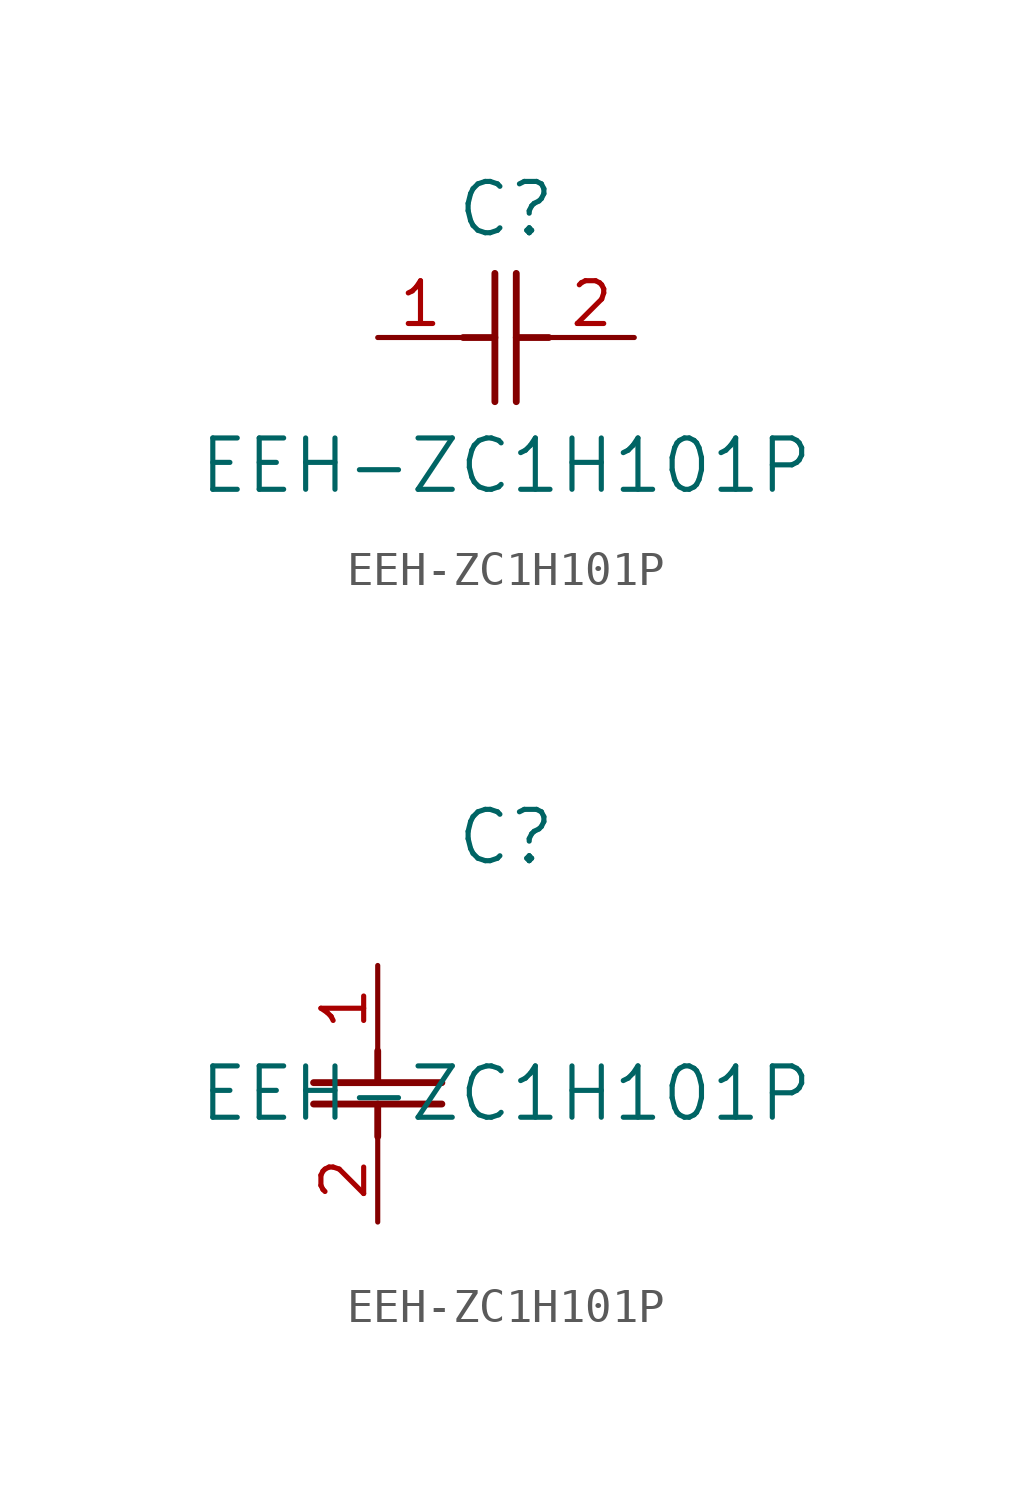
<source format=kicad_sym>
(kicad_symbol_lib
  (version 20211014)
  (generator kicad_symbol_editor)
  (symbol "EEH-ZC1H101P"
    (pin_names
      (offset 0.254))
    (property "Reference" "C"
      (at 3.81 3.81 0)
      (effects (font (size 1.524 1.524))))
    (property "Value" "EEH-ZC1H101P"
      (at 3.81 -3.81 0)
      (effects (font (size 1.524 1.524))))
    (symbol "EEH-ZC1H101P_1_1"
      (polyline (pts (xy 3.48 -1.905) (xy 3.48 1.905)) (stroke (width 0.203) (type default) (color 0 0 0 0)) (fill (type none)))
      (polyline (pts (xy 4.115 -1.905) (xy 4.115 1.905)) (stroke (width 0.203) (type default) (color 0 0 0 0)) (fill (type none)))
      (polyline (pts (xy 4.115 0) (xy 5.08 0)) (stroke (width 0.203) (type default) (color 0 0 0 0)) (fill (type none)))
      (polyline (pts (xy 2.54 0) (xy 3.48 0)) (stroke (width 0.203) (type default) (color 0 0 0 0)) (fill (type none)))
      (pin unspecified line (at 0 0 0) (length 2.54) (name "" (effects (font (size 1.27 1.27)))) (number "1" (effects (font (size 1.27 1.27)))))
      (pin unspecified line (at 7.62 0 180) (length 2.54) (name "" (effects (font (size 1.27 1.27)))) (number "2" (effects (font (size 1.27 1.27))))))
    (symbol "EEH-ZC1H101P_1_2"
      (polyline (pts (xy -1.905 -3.48) (xy 1.905 -3.48)) (stroke (width 0.203) (type default) (color 0 0 0 0)) (fill (type none)))
      (polyline (pts (xy -1.905 -4.115) (xy 1.905 -4.115)) (stroke (width 0.203) (type default) (color 0 0 0 0)) (fill (type none)))
      (polyline (pts (xy 0 -4.115) (xy 0 -5.08)) (stroke (width 0.203) (type default) (color 0 0 0 0)) (fill (type none)))
      (polyline (pts (xy 0 -2.54) (xy 0 -3.48)) (stroke (width 0.203) (type default) (color 0 0 0 0)) (fill (type none)))
      (pin unspecified line (at 0 0 270) (length 2.54) (name "" (effects (font (size 1.27 1.27)))) (number "1" (effects (font (size 1.27 1.27)))))
      (pin unspecified line (at 0 -7.62 90) (length 2.54) (name "" (effects (font (size 1.27 1.27)))) (number "2" (effects (font (size 1.27 1.27))))))))
</source>
